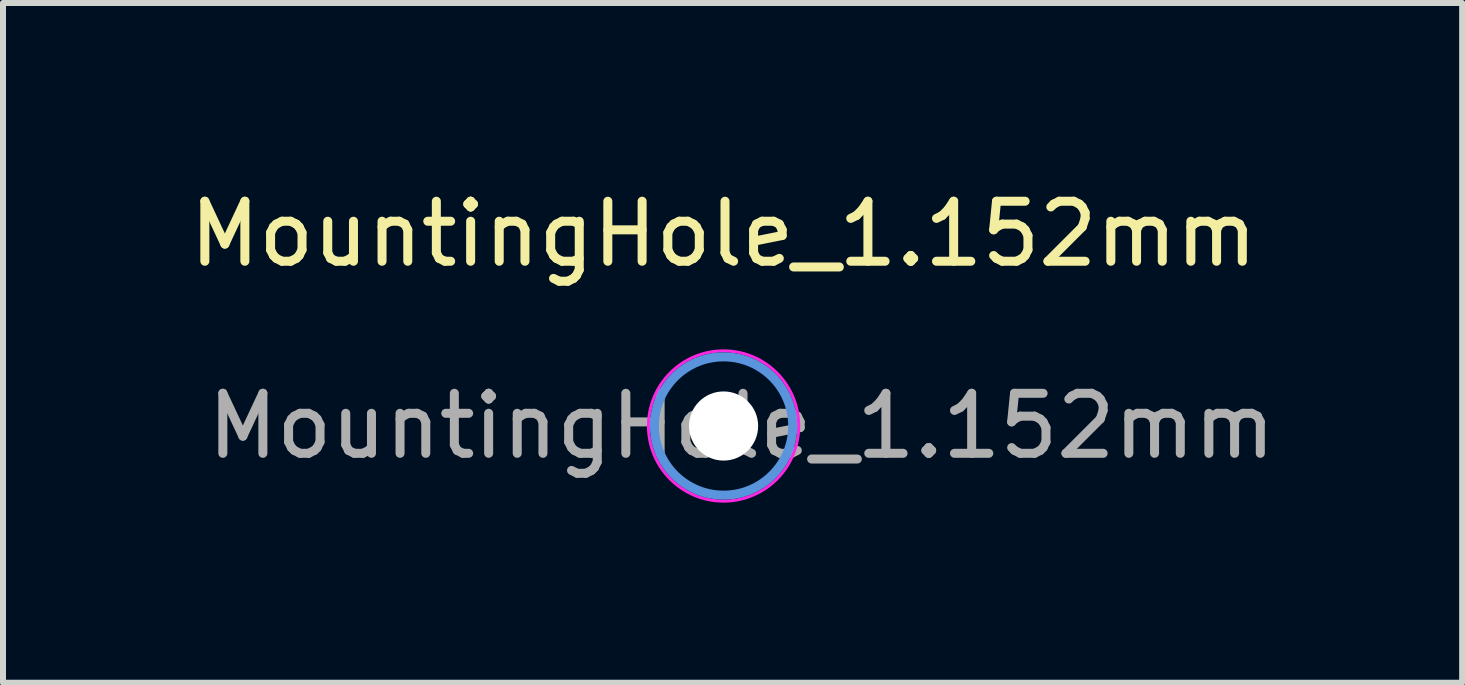
<source format=kicad_pcb>
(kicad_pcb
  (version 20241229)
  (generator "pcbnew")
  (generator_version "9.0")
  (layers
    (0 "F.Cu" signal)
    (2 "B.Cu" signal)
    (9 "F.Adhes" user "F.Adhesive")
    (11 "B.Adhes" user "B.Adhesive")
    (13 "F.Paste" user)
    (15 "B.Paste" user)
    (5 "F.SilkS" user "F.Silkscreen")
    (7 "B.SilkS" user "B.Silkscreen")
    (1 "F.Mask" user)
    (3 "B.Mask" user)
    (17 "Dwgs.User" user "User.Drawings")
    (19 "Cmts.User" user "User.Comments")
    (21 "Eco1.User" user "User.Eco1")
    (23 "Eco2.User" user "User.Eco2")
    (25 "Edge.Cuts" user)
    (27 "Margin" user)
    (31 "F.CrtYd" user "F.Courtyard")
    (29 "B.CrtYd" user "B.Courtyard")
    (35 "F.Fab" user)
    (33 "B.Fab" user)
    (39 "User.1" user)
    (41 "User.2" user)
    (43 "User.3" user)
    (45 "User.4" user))
  (footprint "MountingHole_1.152mm"
    (layer "F.Cu")
    (at 9.006 4.048)
    (property "Reference" "MountingHole_1.152mm" (at 0 -3.2 0) (layer "F.SilkS") (effects (font (size 1 1) (thickness 0.15))))
    (attr exclude_from_pos_files exclude_from_bom)
    (fp_circle (center 0 0) (end 1.152 0) (stroke (width 0.15) (type solid)) (fill no) (layer "Cmts.User"))
    (fp_circle (center 0 0) (end 1.252 0) (stroke (width 0.05) (type solid)) (fill no) (layer "F.CrtYd"))
    (fp_text user "${REFERENCE}" (at 0.3 0 0) (layer "F.Fab") (effects (font (size 1 1) (thickness 0.15))))
    (pad "" np_thru_hole circle (at 0 0) (size 1.152 1.152) (drill 1.152) (layers "*.Cu" "*.Mask")))
  (gr_rect
    (start -3 -3)
    (end 21.312 8.325)
    (stroke (width 0.1) (type default))
    (fill no)
    (layer "Edge.Cuts")))
</source>
